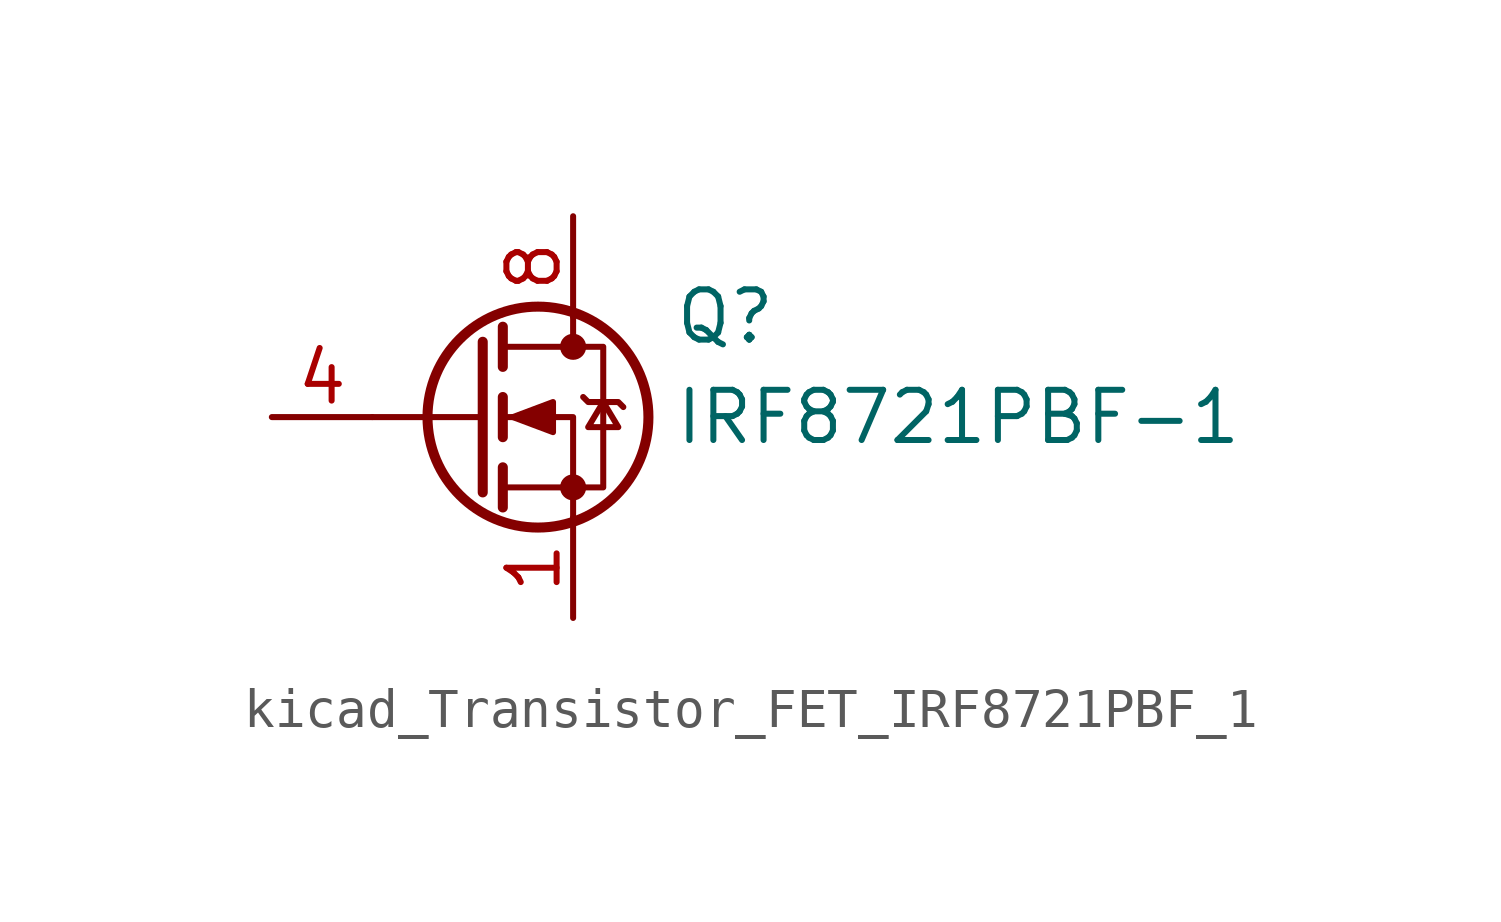
<source format=kicad_sym>
(kicad_symbol_lib
  (version 20220914)
  (generator kicad_symbol_editor)
  (symbol "kicad_Transistor_FET_IRF8721PBF_1"
    (pin_names hide)
    (property "Reference" "Q"
      (at 5.08 2.54 0)
      (effects (font (size 1.27 1.27)) (justify left)))
    (property "Value" "IRF8721PBF-1"
      (at 5.08 0 0)
      (effects (font (size 1.27 1.27)) (justify left)))
    (symbol "kicad_Transistor_FET_IRF8721PBF_1_0_1"
      (polyline (pts (xy 0.254 0) (xy -2.54 0)) (stroke (width 0) (type default)) (fill (type none)))
      (polyline (pts (xy 0.254 1.905) (xy 0.254 -1.905)) (stroke (width 0.254) (type default)) (fill (type none)))
      (polyline (pts (xy 0.762 -1.27) (xy 0.762 -2.286)) (stroke (width 0.254) (type default)) (fill (type none)))
      (polyline (pts (xy 0.762 0.508) (xy 0.762 -0.508)) (stroke (width 0.254) (type default)) (fill (type none)))
      (polyline (pts (xy 0.762 2.286) (xy 0.762 1.27)) (stroke (width 0.254) (type default)) (fill (type none)))
      (polyline (pts (xy 2.54 2.54) (xy 2.54 1.778)) (stroke (width 0) (type default)) (fill (type none)))
      (polyline (pts (xy 2.54 -2.54) (xy 2.54 0) (xy 0.762 0)) (stroke (width 0) (type default)) (fill (type none)))
      (polyline (pts (xy 0.762 -1.778) (xy 3.302 -1.778) (xy 3.302 1.778) (xy 0.762 1.778)) (stroke (width 0) (type default)) (fill (type none)))
      (polyline (pts (xy 1.016 0) (xy 2.032 0.381) (xy 2.032 -0.381) (xy 1.016 0)) (stroke (width 0) (type default)) (fill (type outline)))
      (polyline (pts (xy 2.794 0.508) (xy 2.921 0.381) (xy 3.683 0.381) (xy 3.81 0.254)) (stroke (width 0) (type default)) (fill (type none)))
      (polyline (pts (xy 3.302 0.381) (xy 2.921 -0.254) (xy 3.683 -0.254) (xy 3.302 0.381)) (stroke (width 0) (type default)) (fill (type none)))
      (circle (center 1.651 0) (radius 2.794) (stroke (width 0.254) (type default)) (fill (type none)))
      (circle (center 2.54 -1.778) (radius 0.254) (stroke (width 0) (type default)) (fill (type outline)))
      (circle (center 2.54 1.778) (radius 0.254) (stroke (width 0) (type default)) (fill (type outline))))
    (symbol "kicad_Transistor_FET_IRF8721PBF_1_1_1"
      (pin passive line (at 2.54 -5.08 90) (length 2.54) (name "S" (effects (font (size 1.27 1.27)))) (number "1" (effects (font (size 1.27 1.27)))))
      (pin passive line (at 2.54 -5.08 90) (length 2.54) hide (name "S" (effects (font (size 1.27 1.27)))) (number "2" (effects (font (size 1.27 1.27)))))
      (pin passive line (at 2.54 -5.08 90) (length 2.54) hide (name "S" (effects (font (size 1.27 1.27)))) (number "3" (effects (font (size 1.27 1.27)))))
      (pin input line (at -5.08 0 0) (length 2.54) (name "G" (effects (font (size 1.27 1.27)))) (number "4" (effects (font (size 1.27 1.27)))))
      (pin passive line (at 2.54 5.08 270) (length 2.54) hide (name "D" (effects (font (size 1.27 1.27)))) (number "5" (effects (font (size 1.27 1.27)))))
      (pin passive line (at 2.54 5.08 270) (length 2.54) hide (name "D" (effects (font (size 1.27 1.27)))) (number "6" (effects (font (size 1.27 1.27)))))
      (pin passive line (at 2.54 5.08 270) (length 2.54) hide (name "D" (effects (font (size 1.27 1.27)))) (number "7" (effects (font (size 1.27 1.27)))))
      (pin passive line (at 2.54 5.08 270) (length 2.54) (name "D" (effects (font (size 1.27 1.27)))) (number "8" (effects (font (size 1.27 1.27))))))))
</source>
